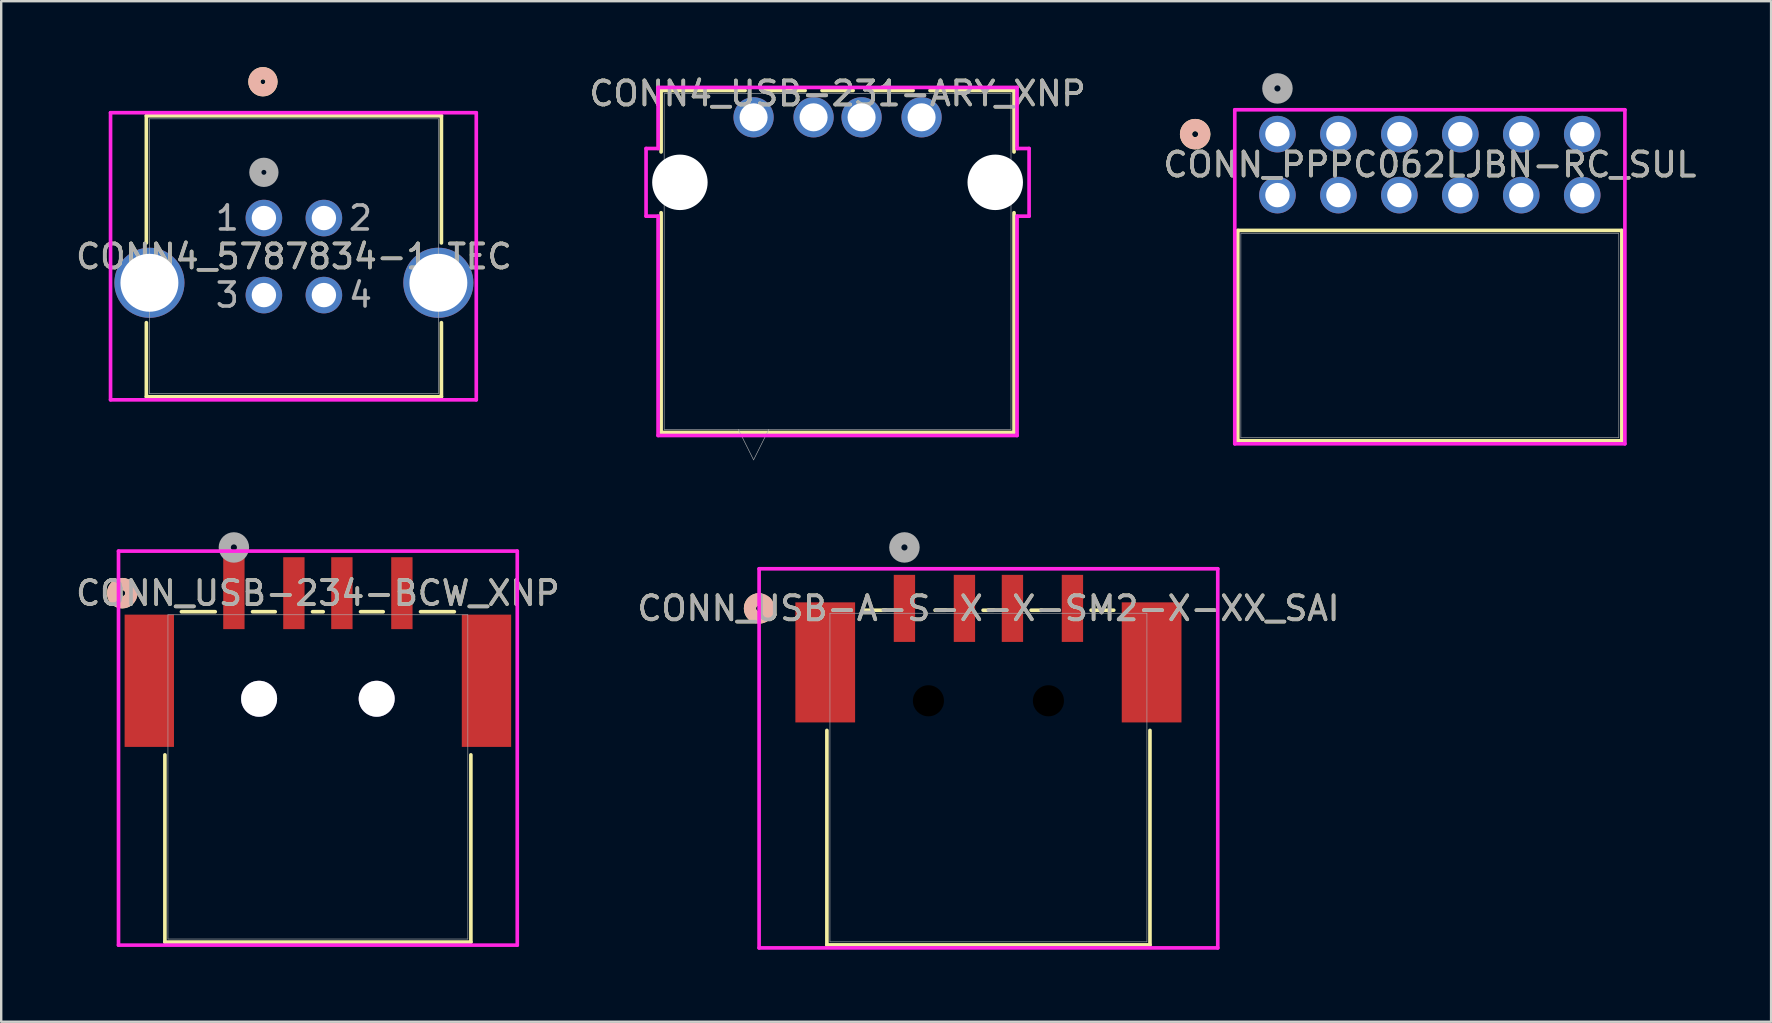
<source format=kicad_pcb>
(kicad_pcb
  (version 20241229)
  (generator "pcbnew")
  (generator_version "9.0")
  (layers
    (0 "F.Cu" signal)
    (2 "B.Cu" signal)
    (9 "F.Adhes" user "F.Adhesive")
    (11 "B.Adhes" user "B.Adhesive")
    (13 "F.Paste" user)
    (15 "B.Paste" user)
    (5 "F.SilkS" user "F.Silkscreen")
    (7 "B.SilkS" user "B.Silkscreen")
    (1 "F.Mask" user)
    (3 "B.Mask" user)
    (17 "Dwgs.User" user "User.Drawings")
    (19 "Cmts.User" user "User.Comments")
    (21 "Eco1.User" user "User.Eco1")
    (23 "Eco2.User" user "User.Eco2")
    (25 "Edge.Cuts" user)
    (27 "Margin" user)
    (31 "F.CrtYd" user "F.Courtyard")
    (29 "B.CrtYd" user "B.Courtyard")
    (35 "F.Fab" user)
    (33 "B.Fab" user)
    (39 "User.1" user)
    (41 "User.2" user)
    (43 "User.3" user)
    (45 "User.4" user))
  (footprint "CONN4_5787834-1_TEC"
    (layer "F.Cu")
    (at 10.446 9.246)
    (property "Reference" "CONN4_5787834-1_TEC" (at -1.25 -1.605 0) (unlocked yes) (layer "F.SilkS") (effects (font (size 1 1) (thickness 0.15))))
    (attr through_hole)
    (fp_line (start -7.397 -7.472) (end -7.397 -2.174) (stroke (width 0.152) (type solid)) (layer "F.SilkS"))
    (fp_line (start -7.397 1.149) (end -7.397 4.237) (stroke (width 0.152) (type solid)) (layer "F.SilkS"))
    (fp_line (start -7.397 4.237) (end 4.897 4.237) (stroke (width 0.152) (type solid)) (layer "F.SilkS"))
    (fp_line (start 4.897 -7.472) (end -7.397 -7.472) (stroke (width 0.152) (type solid)) (layer "F.SilkS"))
    (fp_line (start 4.897 -2.174) (end 4.897 -7.472) (stroke (width 0.152) (type solid)) (layer "F.SilkS"))
    (fp_line (start 4.897 4.237) (end 4.897 1.149) (stroke (width 0.152) (type solid)) (layer "F.SilkS"))
    (fp_circle (center -2.54 -8.89) (end -2.438 -8.89) (stroke (width 0.508) (type solid)) (fill no) (layer "F.SilkS"))
    (fp_circle (center -2.54 -8.89) (end -2.438 -8.89) (stroke (width 0.508) (type solid)) (fill no) (layer "B.SilkS"))
    (fp_line (start -8.89 -7.599) (end -8.89 4.364) (stroke (width 0.152) (type solid)) (layer "F.CrtYd"))
    (fp_line (start -8.89 4.364) (end 6.35 4.364) (stroke (width 0.152) (type solid)) (layer "F.CrtYd"))
    (fp_line (start 6.35 -7.599) (end -8.89 -7.599) (stroke (width 0.152) (type solid)) (layer "F.CrtYd"))
    (fp_line (start 6.35 4.364) (end 6.35 -7.599) (stroke (width 0.152) (type solid)) (layer "F.CrtYd"))
    (fp_line (start -7.27 -7.345) (end -7.27 4.11) (stroke (width 0.025) (type solid)) (layer "F.Fab"))
    (fp_line (start -7.27 4.11) (end 4.77 4.11) (stroke (width 0.025) (type solid)) (layer "F.Fab"))
    (fp_line (start 4.77 -7.345) (end -7.27 -7.345) (stroke (width 0.025) (type solid)) (layer "F.Fab"))
    (fp_line (start 4.77 4.11) (end 4.77 -7.345) (stroke (width 0.025) (type solid)) (layer "F.Fab"))
    (fp_circle (center -2.5 -5.115) (end -2.398 -5.115) (stroke (width 0.508) (type solid)) (fill no) (layer "F.Fab"))
    (fp_text user "3" (at -4.024 0 0) (unlocked yes) (layer "F.Fab") (effects (font (size 1 1) (thickness 0.15))))
    (fp_text user "${REFERENCE}" (at -1.25 -1.605 0) (unlocked yes) (layer "F.Fab") (effects (font (size 1 1) (thickness 0.15))))
    (fp_text user "4" (at 1.524 0 0) (unlocked yes) (layer "F.Fab") (effects (font (size 1 1) (thickness 0.15))))
    (fp_text user "1" (at -4.024 -3.21 0) (unlocked yes) (layer "F.Fab") (effects (font (size 1 1) (thickness 0.15))))
    (fp_text user "2" (at 1.524 -3.21 0) (unlocked yes) (layer "F.Fab") (effects (font (size 1 1) (thickness 0.15))))
    (pad "1" thru_hole circle (at -2.5 -3.21) (size 1.524 1.524) (drill 1.016) (layers "*.Cu" "*.Mask"))
    (pad "2" thru_hole circle (at 0 -3.21) (size 1.524 1.524) (drill 1.016) (layers "*.Cu" "*.Mask"))
    (pad "3" thru_hole circle (at -2.5 0) (size 1.524 1.524) (drill 1.016) (layers "*.Cu" "*.Mask"))
    (pad "4" thru_hole circle (at 0 0) (size 1.524 1.524) (drill 1.016) (layers "*.Cu" "*.Mask"))
    (pad "5" thru_hole circle (at -7.27 -0.513) (size 2.921 2.921) (drill 2.413) (layers "*.Cu" "*.Mask"))
    (pad "6" thru_hole circle (at 4.77 -0.513) (size 2.921 2.921) (drill 2.413) (layers "*.Cu" "*.Mask")))
  (footprint "CONN_USB-234-BCW_XNP"
    (layer "F.Cu")
    (at 10.196 29.323)
    (property "Reference" "CONN_USB-234-BCW_XNP" (at 0 -7.656 0) (unlocked yes) (layer "F.SilkS") (effects (font (size 1 1) (thickness 0.15))))
    (attr smd)
    (fp_line (start -6.375 -0.918) (end -6.375 6.883) (stroke (width 0.152) (type solid)) (layer "F.SilkS"))
    (fp_line (start -6.375 6.883) (end 6.375 6.883) (stroke (width 0.152) (type solid)) (layer "F.SilkS"))
    (fp_line (start -4.277 -6.883) (end -5.686 -6.883) (stroke (width 0.152) (type solid)) (layer "F.SilkS"))
    (fp_line (start -1.777 -6.883) (end -2.723 -6.883) (stroke (width 0.152) (type solid)) (layer "F.SilkS"))
    (fp_line (start 0.223 -6.883) (end -0.223 -6.883) (stroke (width 0.152) (type solid)) (layer "F.SilkS"))
    (fp_line (start 2.723 -6.883) (end 1.777 -6.883) (stroke (width 0.152) (type solid)) (layer "F.SilkS"))
    (fp_line (start 5.686 -6.883) (end 4.277 -6.883) (stroke (width 0.152) (type solid)) (layer "F.SilkS"))
    (fp_line (start 6.375 6.883) (end 6.375 -0.918) (stroke (width 0.152) (type solid)) (layer "F.SilkS"))
    (fp_circle (center -8.153 -7.656) (end -7.772 -7.656) (stroke (width 0.508) (type solid)) (fill no) (layer "F.SilkS"))
    (fp_circle (center -8.153 -7.656) (end -7.772 -7.656) (stroke (width 0.508) (type solid)) (fill no) (layer "B.SilkS"))
    (fp_line (start -8.308 -9.409) (end -8.308 7.01) (stroke (width 0.152) (type solid)) (layer "F.CrtYd"))
    (fp_line (start -8.308 7.01) (end 8.308 7.01) (stroke (width 0.152) (type solid)) (layer "F.CrtYd"))
    (fp_line (start 8.308 -9.409) (end -8.308 -9.409) (stroke (width 0.152) (type solid)) (layer "F.CrtYd"))
    (fp_line (start 8.308 7.01) (end 8.308 -9.409) (stroke (width 0.152) (type solid)) (layer "F.CrtYd"))
    (fp_line (start -6.248 -6.756) (end -6.248 6.756) (stroke (width 0.025) (type solid)) (layer "F.Fab"))
    (fp_line (start -6.248 6.756) (end 6.248 6.756) (stroke (width 0.025) (type solid)) (layer "F.Fab"))
    (fp_line (start 6.248 -6.756) (end -6.248 -6.756) (stroke (width 0.025) (type solid)) (layer "F.Fab"))
    (fp_line (start 6.248 6.756) (end 6.248 -6.756) (stroke (width 0.025) (type solid)) (layer "F.Fab"))
    (fp_circle (center -3.5 -9.561) (end -3.119 -9.561) (stroke (width 0.508) (type solid)) (fill no) (layer "F.Fab"))
    (fp_text user "${REFERENCE}" (at 0 -7.656 0) (unlocked yes) (layer "F.Fab") (effects (font (size 1 1) (thickness 0.15))))
    (pad "1" smd rect (at -3.5 -7.656) (size 0.889 2.997) (layers "F.Cu" "F.Mask" "F.Paste"))
    (pad "2" smd rect (at -1 -7.656) (size 0.889 2.997) (layers "F.Cu" "F.Mask" "F.Paste"))
    (pad "3" smd rect (at 1 -7.656) (size 0.889 2.997) (layers "F.Cu" "F.Mask" "F.Paste"))
    (pad "4" smd rect (at 3.5 -7.656) (size 0.889 2.997) (layers "F.Cu" "F.Mask" "F.Paste"))
    (pad "5" smd rect (at -7.025 -4.006) (size 2.057 5.512) (layers "F.Cu" "F.Mask" "F.Paste"))
    (pad "6" smd rect (at 7.025 -4.006) (size 2.057 5.512) (layers "F.Cu" "F.Mask" "F.Paste"))
    (pad "7" thru_hole circle (at -2.45 -3.256) (size 1.499 1.499) (drill 1.499) (layers "*.Cu" "*.Mask"))
    (pad "8" thru_hole circle (at 2.45 -3.256) (size 1.499 1.499) (drill 1.499) (layers "*.Cu" "*.Mask")))
  (footprint "CONN_USB-A-S-X-X-SM2-X-XX_SAI"
    (layer "F.Cu")
    (at 34.637 22.301)
    (property "Reference" "CONN_USB-A-S-X-X-SM2-X-XX_SAI" (at 3.5 0 0) (unlocked yes) (layer "F.SilkS") (effects (font (size 1 1) (thickness 0.15))))
    (attr smd)
    (fp_line (start -3.231 5.085) (end -3.231 14.021) (stroke (width 0.152) (type solid)) (layer "F.SilkS"))
    (fp_line (start -3.231 14.021) (end 10.231 14.021) (stroke (width 0.152) (type solid)) (layer "F.SilkS"))
    (fp_line (start -0.777 0.076) (end -1.723 0.076) (stroke (width 0.152) (type solid)) (layer "F.SilkS"))
    (fp_line (start 1.723 0.076) (end 1.277 0.076) (stroke (width 0.152) (type solid)) (layer "F.SilkS"))
    (fp_line (start 3.723 0.076) (end 3.277 0.076) (stroke (width 0.152) (type solid)) (layer "F.SilkS"))
    (fp_line (start 5.723 0.076) (end 5.277 0.076) (stroke (width 0.152) (type solid)) (layer "F.SilkS"))
    (fp_line (start 8.723 0.076) (end 7.777 0.076) (stroke (width 0.152) (type solid)) (layer "F.SilkS"))
    (fp_line (start 10.231 14.021) (end 10.231 5.085) (stroke (width 0.152) (type solid)) (layer "F.SilkS"))
    (fp_arc (start -5.771001 -0.254) (mid -6.198226 0.354156) (end -6.085805 -0.380512) (stroke (width 0.508) (type solid)) (layer "F.SilkS"))
    (fp_circle (center -6.056 0) (end -5.675 0) (stroke (width 0.508) (type solid)) (fill no) (layer "B.SilkS"))
    (fp_line (start -6.056 -1.651) (end -6.056 14.148) (stroke (width 0.152) (type solid)) (layer "F.CrtYd"))
    (fp_line (start -6.056 14.148) (end 13.056 14.148) (stroke (width 0.152) (type solid)) (layer "F.CrtYd"))
    (fp_line (start 13.056 -1.651) (end -6.056 -1.651) (stroke (width 0.152) (type solid)) (layer "F.CrtYd"))
    (fp_line (start 13.056 14.148) (end 13.056 -1.651) (stroke (width 0.152) (type solid)) (layer "F.CrtYd"))
    (fp_line (start -3.104 0.203) (end -3.104 13.894) (stroke (width 0.025) (type solid)) (layer "F.Fab"))
    (fp_line (start -3.104 13.894) (end 10.104 13.894) (stroke (width 0.025) (type solid)) (layer "F.Fab"))
    (fp_line (start 10.104 0.203) (end -3.104 0.203) (stroke (width 0.025) (type solid)) (layer "F.Fab"))
    (fp_line (start 10.104 13.894) (end 10.104 0.203) (stroke (width 0.025) (type solid)) (layer "F.Fab"))
    (fp_circle (center 0 -2.54) (end 0.381 -2.54) (stroke (width 0.508) (type solid)) (fill no) (layer "F.Fab"))
    (fp_text user "${REFERENCE}" (at 3.5 0 0) (unlocked yes) (layer "F.Fab") (effects (font (size 1 1) (thickness 0.15))))
    (pad "" np_thru_hole circle (at 1 3.85 90) (size 1.295 1.295) (drill 1.295) (layers))
    (pad "" np_thru_hole circle (at 6 3.85 90) (size 1.295 1.295) (drill 1.295) (layers))
    (pad "1" smd rect (at 0 0) (size 0.889 2.794) (layers "F.Cu" "F.Mask" "F.Paste"))
    (pad "2" smd rect (at 2.5 0) (size 0.889 2.794) (layers "F.Cu" "F.Mask" "F.Paste"))
    (pad "3" smd rect (at 4.5 0) (size 0.889 2.794) (layers "F.Cu" "F.Mask" "F.Paste"))
    (pad "4" smd rect (at 7 0) (size 0.889 2.794) (layers "F.Cu" "F.Mask" "F.Paste"))
    (pad "5" smd rect (at -3.3 2.25 90) (size 5.004 2.489) (layers "F.Cu" "F.Mask" "F.Paste"))
    (pad "6" smd rect (at 10.3 2.25 90) (size 5.004 2.489) (layers "F.Cu" "F.Mask" "F.Paste")))
  (footprint "CONN_PPPC062LJBN-RC_SUL"
    (layer "F.Cu")
    (at 50.18 2.54)
    (property "Reference" "CONN_PPPC062LJBN-RC_SUL" (at 6.35 1.27 0) (unlocked yes) (layer "F.SilkS") (effects (font (size 1 1) (thickness 0.15))))
    (attr through_hole)
    (fp_line (start -1.651 4.013) (end -1.651 12.776) (stroke (width 0.152) (type solid)) (layer "F.SilkS"))
    (fp_line (start -1.651 12.776) (end 14.351 12.776) (stroke (width 0.152) (type solid)) (layer "F.SilkS"))
    (fp_line (start 14.351 4.013) (end -1.651 4.013) (stroke (width 0.152) (type solid)) (layer "F.SilkS"))
    (fp_line (start 14.351 12.776) (end 14.351 4.013) (stroke (width 0.152) (type solid)) (layer "F.SilkS"))
    (fp_circle (center -3.429 0) (end -3.048 0) (stroke (width 0.508) (type solid)) (fill no) (layer "F.SilkS"))
    (fp_circle (center -3.429 0) (end -3.048 0) (stroke (width 0.508) (type solid)) (fill no) (layer "B.SilkS"))
    (fp_line (start -1.778 -1.016) (end -1.778 12.903) (stroke (width 0.152) (type solid)) (layer "F.CrtYd"))
    (fp_line (start -1.778 12.903) (end 14.478 12.903) (stroke (width 0.152) (type solid)) (layer "F.CrtYd"))
    (fp_line (start 14.478 -1.016) (end -1.778 -1.016) (stroke (width 0.152) (type solid)) (layer "F.CrtYd"))
    (fp_line (start 14.478 12.903) (end 14.478 -1.016) (stroke (width 0.152) (type solid)) (layer "F.CrtYd"))
    (fp_line (start -1.524 4.14) (end -1.524 12.649) (stroke (width 0.025) (type solid)) (layer "F.Fab"))
    (fp_line (start -1.524 12.649) (end 14.224 12.649) (stroke (width 0.025) (type solid)) (layer "F.Fab"))
    (fp_line (start 14.224 4.14) (end -1.524 4.14) (stroke (width 0.025) (type solid)) (layer "F.Fab"))
    (fp_line (start 14.224 12.649) (end 14.224 4.14) (stroke (width 0.025) (type solid)) (layer "F.Fab"))
    (fp_circle (center 0 -1.905) (end 0.381 -1.905) (stroke (width 0.508) (type solid)) (fill no) (layer "F.Fab"))
    (fp_text user "${REFERENCE}" (at 6.35 1.27 0) (unlocked yes) (layer "F.Fab") (effects (font (size 1 1) (thickness 0.15))))
    (pad "1" thru_hole circle (at 0 0) (size 1.524 1.524) (drill 1.016) (layers "*.Cu" "*.Mask"))
    (pad "2" thru_hole circle (at 2.54 0) (size 1.524 1.524) (drill 1.016) (layers "*.Cu" "*.Mask"))
    (pad "3" thru_hole circle (at 5.08 0) (size 1.524 1.524) (drill 1.016) (layers "*.Cu" "*.Mask"))
    (pad "4" thru_hole circle (at 7.62 0) (size 1.524 1.524) (drill 1.016) (layers "*.Cu" "*.Mask"))
    (pad "5" thru_hole circle (at 10.16 0) (size 1.524 1.524) (drill 1.016) (layers "*.Cu" "*.Mask"))
    (pad "6" thru_hole circle (at 12.7 0) (size 1.524 1.524) (drill 1.016) (layers "*.Cu" "*.Mask"))
    (pad "7" thru_hole circle (at 0 2.54) (size 1.524 1.524) (drill 1.016) (layers "*.Cu" "*.Mask"))
    (pad "8" thru_hole circle (at 2.54 2.54) (size 1.524 1.524) (drill 1.016) (layers "*.Cu" "*.Mask"))
    (pad "9" thru_hole circle (at 5.08 2.54) (size 1.524 1.524) (drill 1.016) (layers "*.Cu" "*.Mask"))
    (pad "10" thru_hole circle (at 7.62 2.54) (size 1.524 1.524) (drill 1.016) (layers "*.Cu" "*.Mask"))
    (pad "11" thru_hole circle (at 10.16 2.54) (size 1.524 1.524) (drill 1.016) (layers "*.Cu" "*.Mask"))
    (pad "12" thru_hole circle (at 12.7 2.54) (size 1.524 1.524) (drill 1.016) (layers "*.Cu" "*.Mask")))
  (footprint "CONN4_USB-231-ARY_XNP"
    (layer "F.Cu")
    (at 28.351 1.838)
    (property "Reference" "CONN4_USB-231-ARY_XNP" (at 3.5 -0.99 0) (unlocked yes) (layer "F.SilkS") (effects (font (size 1 1) (thickness 0.15))))
    (attr through_hole)
    (fp_line (start -3.853 -1.117) (end -0.351 -1.117) (stroke (width 0.152) (type solid)) (layer "F.SilkS"))
    (fp_line (start -3.853 1.444) (end -3.853 -1.117) (stroke (width 0.152) (type solid)) (layer "F.SilkS"))
    (fp_line (start -3.853 13.132) (end -3.853 3.976) (stroke (width 0.152) (type solid)) (layer "F.SilkS"))
    (fp_line (start 0.351 -1.117) (end 2.149 -1.117) (stroke (width 0.152) (type solid)) (layer "F.SilkS"))
    (fp_line (start 2.851 -1.117) (end 4.149 -1.117) (stroke (width 0.152) (type solid)) (layer "F.SilkS"))
    (fp_line (start 4.851 -1.117) (end 6.649 -1.117) (stroke (width 0.152) (type solid)) (layer "F.SilkS"))
    (fp_line (start 7.351 -1.117) (end 10.853 -1.117) (stroke (width 0.152) (type solid)) (layer "F.SilkS"))
    (fp_line (start 10.853 -1.117) (end 10.853 1.444) (stroke (width 0.152) (type solid)) (layer "F.SilkS"))
    (fp_line (start 10.853 3.976) (end 10.853 13.132) (stroke (width 0.152) (type solid)) (layer "F.SilkS"))
    (fp_line (start 10.853 13.132) (end -3.853 13.132) (stroke (width 0.152) (type solid)) (layer "F.SilkS"))
    (fp_line (start -4.48 1.3) (end -4.48 4.12) (stroke (width 0.152) (type solid)) (layer "F.CrtYd"))
    (fp_line (start -4.48 4.12) (end -3.98 4.12) (stroke (width 0.152) (type solid)) (layer "F.CrtYd"))
    (fp_line (start -3.98 -1.244) (end -3.98 1.3) (stroke (width 0.152) (type solid)) (layer "F.CrtYd"))
    (fp_line (start -3.98 1.3) (end -4.48 1.3) (stroke (width 0.152) (type solid)) (layer "F.CrtYd"))
    (fp_line (start -3.98 4.12) (end -3.98 13.259) (stroke (width 0.152) (type solid)) (layer "F.CrtYd"))
    (fp_line (start -3.98 13.259) (end 10.98 13.259) (stroke (width 0.152) (type solid)) (layer "F.CrtYd"))
    (fp_line (start 10.98 -1.244) (end -3.98 -1.244) (stroke (width 0.152) (type solid)) (layer "F.CrtYd"))
    (fp_line (start 10.98 1.3) (end 10.98 -1.244) (stroke (width 0.152) (type solid)) (layer "F.CrtYd"))
    (fp_line (start 10.98 4.12) (end 11.48 4.12) (stroke (width 0.152) (type solid)) (layer "F.CrtYd"))
    (fp_line (start 10.98 13.259) (end 10.98 4.12) (stroke (width 0.152) (type solid)) (layer "F.CrtYd"))
    (fp_line (start 11.48 1.3) (end 10.98 1.3) (stroke (width 0.152) (type solid)) (layer "F.CrtYd"))
    (fp_line (start 11.48 4.12) (end 11.48 1.3) (stroke (width 0.152) (type solid)) (layer "F.CrtYd"))
    (fp_line (start -3.726 -0.99) (end -3.726 13.005) (stroke (width 0.025) (type solid)) (layer "F.Fab"))
    (fp_line (start -3.726 13.005) (end 10.726 13.005) (stroke (width 0.025) (type solid)) (layer "F.Fab"))
    (fp_line (start -0.635 13.005) (end 0 14.275) (stroke (width 0.025) (type solid)) (layer "F.Fab"))
    (fp_line (start 0.635 13.005) (end 0 14.275) (stroke (width 0.025) (type solid)) (layer "F.Fab"))
    (fp_line (start 10.726 -0.99) (end -3.726 -0.99) (stroke (width 0.025) (type solid)) (layer "F.Fab"))
    (fp_line (start 10.726 13.005) (end 10.726 -0.99) (stroke (width 0.025) (type solid)) (layer "F.Fab"))
    (fp_text user "${REFERENCE}" (at 3.5 -0.99 0) (unlocked yes) (layer "F.Fab") (effects (font (size 1 1) (thickness 0.15))))
    (pad "" np_thru_hole circle (at -3.07 2.71) (size 2.311 2.311) (drill 2.311) (layers "*.Cu" "*.Mask"))
    (pad "" np_thru_hole circle (at 10.07 2.71) (size 2.311 2.311) (drill 2.311) (layers "*.Cu" "*.Mask"))
    (pad "1" thru_hole circle (at 0 0) (size 1.676 1.676) (drill 1.168) (layers "*.Cu" "*.Mask"))
    (pad "2" thru_hole circle (at 2.5 0) (size 1.676 1.676) (drill 1.168) (layers "*.Cu" "*.Mask"))
    (pad "3" thru_hole circle (at 4.5 0) (size 1.676 1.676) (drill 1.168) (layers "*.Cu" "*.Mask"))
    (pad "4" thru_hole circle (at 7 0) (size 1.676 1.676) (drill 1.168) (layers "*.Cu" "*.Mask")))
  (gr_rect
    (start -3 -3)
    (end 70.75 39.525)
    (stroke (width 0.1) (type default))
    (fill no)
    (layer "Edge.Cuts")))
</source>
